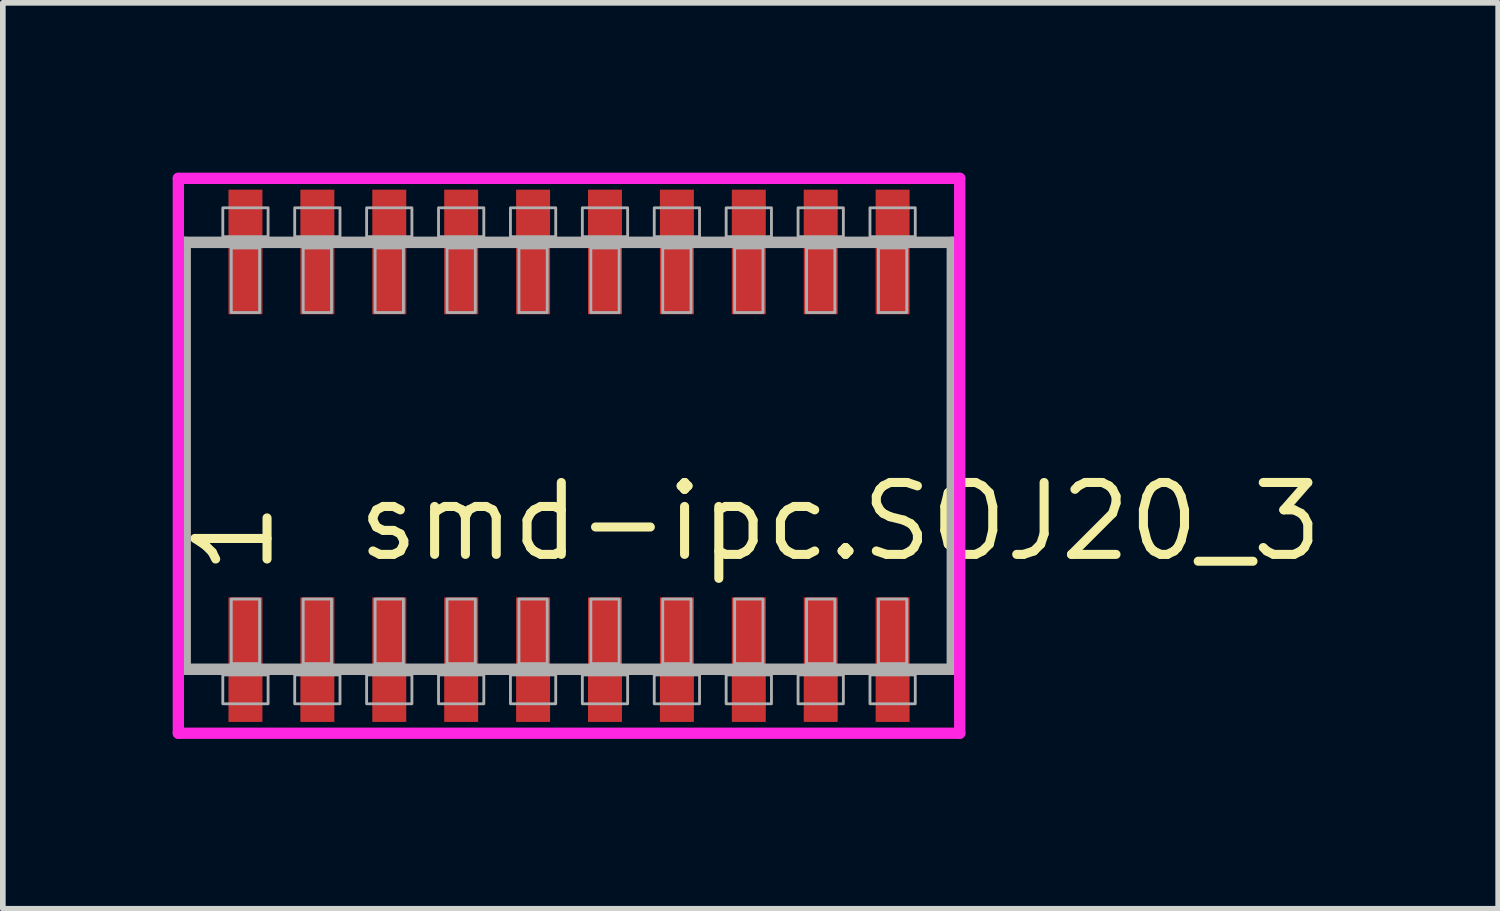
<source format=kicad_pcb>
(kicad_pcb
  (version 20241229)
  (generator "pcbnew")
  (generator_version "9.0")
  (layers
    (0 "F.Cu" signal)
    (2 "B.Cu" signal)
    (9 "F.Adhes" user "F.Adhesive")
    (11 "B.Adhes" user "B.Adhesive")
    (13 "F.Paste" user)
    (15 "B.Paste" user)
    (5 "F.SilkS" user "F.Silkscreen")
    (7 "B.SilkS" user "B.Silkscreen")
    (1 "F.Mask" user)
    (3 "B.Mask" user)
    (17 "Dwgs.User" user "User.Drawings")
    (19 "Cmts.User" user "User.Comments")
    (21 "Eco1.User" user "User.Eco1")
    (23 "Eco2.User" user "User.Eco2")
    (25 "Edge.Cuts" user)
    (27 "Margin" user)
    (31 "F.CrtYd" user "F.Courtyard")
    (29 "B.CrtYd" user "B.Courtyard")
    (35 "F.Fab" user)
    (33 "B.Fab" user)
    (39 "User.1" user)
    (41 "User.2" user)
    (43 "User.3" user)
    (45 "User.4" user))
  (footprint "smd-ipc.SOJ20_3"
    (layer "F.Cu")
    (at 7 5)
    (property "Reference" "smd-ipc.SOJ20_3" (at -3.81 1.905 0) (layer "F.SilkS") (effects (font (size 1.27 1.27) (thickness 0.16)) (justify left bottom)))
    (attr smd)
    (fp_line (start -6.9 -4.9) (end 6.9 -4.9) (stroke (width 0.2) (type default)) (layer "F.CrtYd"))
    (fp_line (start -6.9 4.9) (end -6.9 -4.9) (stroke (width 0.2) (type default)) (layer "F.CrtYd"))
    (fp_line (start 6.9 -4.9) (end 6.9 4.9) (stroke (width 0.2) (type default)) (layer "F.CrtYd"))
    (fp_line (start 6.9 4.9) (end -6.9 4.9) (stroke (width 0.2) (type default)) (layer "F.CrtYd"))
    (fp_line (start -6.78 -3.77) (end 6.77 -3.77) (stroke (width 0.203) (type default)) (layer "F.Fab"))
    (fp_line (start -6.78 3.77) (end -6.78 -3.77) (stroke (width 0.203) (type default)) (layer "F.Fab"))
    (fp_line (start 6.77 -3.77) (end 6.77 3.77) (stroke (width 0.203) (type default)) (layer "F.Fab"))
    (fp_line (start 6.77 3.77) (end -6.78 3.77) (stroke (width 0.203) (type default)) (layer "F.Fab"))
    (fp_rect (start -6.115 -3.87) (end -5.315 -4.38) (stroke (width 0.05) (type default)) (fill no) (layer "F.Fab"))
    (fp_rect (start -6.115 4.38) (end -5.315 3.87) (stroke (width 0.05) (type default)) (fill no) (layer "F.Fab"))
    (fp_rect (start -5.965 -2.53) (end -5.465 -3.67) (stroke (width 0.05) (type default)) (fill no) (layer "F.Fab"))
    (fp_rect (start -5.965 3.67) (end -5.465 2.53) (stroke (width 0.05) (type default)) (fill no) (layer "F.Fab"))
    (fp_rect (start -4.845 -3.87) (end -4.045 -4.38) (stroke (width 0.05) (type default)) (fill no) (layer "F.Fab"))
    (fp_rect (start -4.845 4.38) (end -4.045 3.87) (stroke (width 0.05) (type default)) (fill no) (layer "F.Fab"))
    (fp_rect (start -4.695 -2.53) (end -4.195 -3.67) (stroke (width 0.05) (type default)) (fill no) (layer "F.Fab"))
    (fp_rect (start -4.695 3.67) (end -4.195 2.53) (stroke (width 0.05) (type default)) (fill no) (layer "F.Fab"))
    (fp_rect (start -3.575 -3.87) (end -2.775 -4.38) (stroke (width 0.05) (type default)) (fill no) (layer "F.Fab"))
    (fp_rect (start -3.575 4.38) (end -2.775 3.87) (stroke (width 0.05) (type default)) (fill no) (layer "F.Fab"))
    (fp_rect (start -3.425 -2.53) (end -2.925 -3.67) (stroke (width 0.05) (type default)) (fill no) (layer "F.Fab"))
    (fp_rect (start -3.425 3.67) (end -2.925 2.53) (stroke (width 0.05) (type default)) (fill no) (layer "F.Fab"))
    (fp_rect (start -2.305 -3.87) (end -1.505 -4.38) (stroke (width 0.05) (type default)) (fill no) (layer "F.Fab"))
    (fp_rect (start -2.305 4.38) (end -1.505 3.87) (stroke (width 0.05) (type default)) (fill no) (layer "F.Fab"))
    (fp_rect (start -2.155 -2.53) (end -1.655 -3.67) (stroke (width 0.05) (type default)) (fill no) (layer "F.Fab"))
    (fp_rect (start -2.155 3.67) (end -1.655 2.53) (stroke (width 0.05) (type default)) (fill no) (layer "F.Fab"))
    (fp_rect (start -1.035 -3.87) (end -0.235 -4.38) (stroke (width 0.05) (type default)) (fill no) (layer "F.Fab"))
    (fp_rect (start -1.035 4.38) (end -0.235 3.87) (stroke (width 0.05) (type default)) (fill no) (layer "F.Fab"))
    (fp_rect (start -0.885 -2.53) (end -0.385 -3.67) (stroke (width 0.05) (type default)) (fill no) (layer "F.Fab"))
    (fp_rect (start -0.885 3.67) (end -0.385 2.53) (stroke (width 0.05) (type default)) (fill no) (layer "F.Fab"))
    (fp_rect (start 0.235 -3.87) (end 1.035 -4.38) (stroke (width 0.05) (type default)) (fill no) (layer "F.Fab"))
    (fp_rect (start 0.235 4.38) (end 1.035 3.87) (stroke (width 0.05) (type default)) (fill no) (layer "F.Fab"))
    (fp_rect (start 0.385 -2.53) (end 0.885 -3.67) (stroke (width 0.05) (type default)) (fill no) (layer "F.Fab"))
    (fp_rect (start 0.385 3.67) (end 0.885 2.53) (stroke (width 0.05) (type default)) (fill no) (layer "F.Fab"))
    (fp_rect (start 1.505 -3.87) (end 2.305 -4.38) (stroke (width 0.05) (type default)) (fill no) (layer "F.Fab"))
    (fp_rect (start 1.505 4.38) (end 2.305 3.87) (stroke (width 0.05) (type default)) (fill no) (layer "F.Fab"))
    (fp_rect (start 1.655 -2.53) (end 2.155 -3.67) (stroke (width 0.05) (type default)) (fill no) (layer "F.Fab"))
    (fp_rect (start 1.655 3.67) (end 2.155 2.53) (stroke (width 0.05) (type default)) (fill no) (layer "F.Fab"))
    (fp_rect (start 2.775 -3.87) (end 3.575 -4.38) (stroke (width 0.05) (type default)) (fill no) (layer "F.Fab"))
    (fp_rect (start 2.775 4.38) (end 3.575 3.87) (stroke (width 0.05) (type default)) (fill no) (layer "F.Fab"))
    (fp_rect (start 2.925 -2.53) (end 3.425 -3.67) (stroke (width 0.05) (type default)) (fill no) (layer "F.Fab"))
    (fp_rect (start 2.925 3.67) (end 3.425 2.53) (stroke (width 0.05) (type default)) (fill no) (layer "F.Fab"))
    (fp_rect (start 4.045 -3.87) (end 4.845 -4.38) (stroke (width 0.05) (type default)) (fill no) (layer "F.Fab"))
    (fp_rect (start 4.045 4.38) (end 4.845 3.87) (stroke (width 0.05) (type default)) (fill no) (layer "F.Fab"))
    (fp_rect (start 4.195 -2.53) (end 4.695 -3.67) (stroke (width 0.05) (type default)) (fill no) (layer "F.Fab"))
    (fp_rect (start 4.195 3.67) (end 4.695 2.53) (stroke (width 0.05) (type default)) (fill no) (layer "F.Fab"))
    (fp_rect (start 5.315 -3.87) (end 6.115 -4.38) (stroke (width 0.05) (type default)) (fill no) (layer "F.Fab"))
    (fp_rect (start 5.315 4.38) (end 6.115 3.87) (stroke (width 0.05) (type default)) (fill no) (layer "F.Fab"))
    (fp_rect (start 5.465 -2.53) (end 5.965 -3.67) (stroke (width 0.05) (type default)) (fill no) (layer "F.Fab"))
    (fp_rect (start 5.465 3.67) (end 5.965 2.53) (stroke (width 0.05) (type default)) (fill no) (layer "F.Fab"))
    (fp_text user "1" (at -5.17 2.17 90) (layer "F.SilkS") (effects (font (size 1.27 1.27) (thickness 0.16)) (justify left bottom)))
    (pad "1" smd roundrect (at -5.715 3.6) (size 0.6 2.2) (layers "F.Cu" "F.Mask" "F.Paste") (roundrect_rratio 0.01))
    (pad "2" smd roundrect (at -4.445 3.6) (size 0.6 2.2) (layers "F.Cu" "F.Mask" "F.Paste") (roundrect_rratio 0.01))
    (pad "3" smd roundrect (at -3.175 3.6) (size 0.6 2.2) (layers "F.Cu" "F.Mask" "F.Paste") (roundrect_rratio 0.01))
    (pad "4" smd roundrect (at -1.905 3.6) (size 0.6 2.2) (layers "F.Cu" "F.Mask" "F.Paste") (roundrect_rratio 0.01))
    (pad "5" smd roundrect (at -0.635 3.6) (size 0.6 2.2) (layers "F.Cu" "F.Mask" "F.Paste") (roundrect_rratio 0.01))
    (pad "6" smd roundrect (at 0.635 3.6) (size 0.6 2.2) (layers "F.Cu" "F.Mask" "F.Paste") (roundrect_rratio 0.01))
    (pad "7" smd roundrect (at 1.905 3.6) (size 0.6 2.2) (layers "F.Cu" "F.Mask" "F.Paste") (roundrect_rratio 0.01))
    (pad "8" smd roundrect (at 3.175 3.6) (size 0.6 2.2) (layers "F.Cu" "F.Mask" "F.Paste") (roundrect_rratio 0.01))
    (pad "9" smd roundrect (at 4.445 3.6) (size 0.6 2.2) (layers "F.Cu" "F.Mask" "F.Paste") (roundrect_rratio 0.01))
    (pad "10" smd roundrect (at 5.715 3.6) (size 0.6 2.2) (layers "F.Cu" "F.Mask" "F.Paste") (roundrect_rratio 0.01))
    (pad "11" smd roundrect (at 5.715 -3.6) (size 0.6 2.2) (layers "F.Cu" "F.Mask" "F.Paste") (roundrect_rratio 0.01))
    (pad "12" smd roundrect (at 4.445 -3.6) (size 0.6 2.2) (layers "F.Cu" "F.Mask" "F.Paste") (roundrect_rratio 0.01))
    (pad "13" smd roundrect (at 3.175 -3.6) (size 0.6 2.2) (layers "F.Cu" "F.Mask" "F.Paste") (roundrect_rratio 0.01))
    (pad "14" smd roundrect (at 1.905 -3.6) (size 0.6 2.2) (layers "F.Cu" "F.Mask" "F.Paste") (roundrect_rratio 0.01))
    (pad "15" smd roundrect (at 0.635 -3.6) (size 0.6 2.2) (layers "F.Cu" "F.Mask" "F.Paste") (roundrect_rratio 0.01))
    (pad "16" smd roundrect (at -0.635 -3.6) (size 0.6 2.2) (layers "F.Cu" "F.Mask" "F.Paste") (roundrect_rratio 0.01))
    (pad "17" smd roundrect (at -1.905 -3.6) (size 0.6 2.2) (layers "F.Cu" "F.Mask" "F.Paste") (roundrect_rratio 0.01))
    (pad "18" smd roundrect (at -3.175 -3.6) (size 0.6 2.2) (layers "F.Cu" "F.Mask" "F.Paste") (roundrect_rratio 0.01))
    (pad "19" smd roundrect (at -4.445 -3.6) (size 0.6 2.2) (layers "F.Cu" "F.Mask" "F.Paste") (roundrect_rratio 0.01))
    (pad "20" smd roundrect (at -5.715 -3.6) (size 0.6 2.2) (layers "F.Cu" "F.Mask" "F.Paste") (roundrect_rratio 0.01)))
  (gr_rect
    (start -3 -3)
    (end 23.41 13)
    (stroke (width 0.1) (type default))
    (fill no)
    (layer "Edge.Cuts")))
</source>
